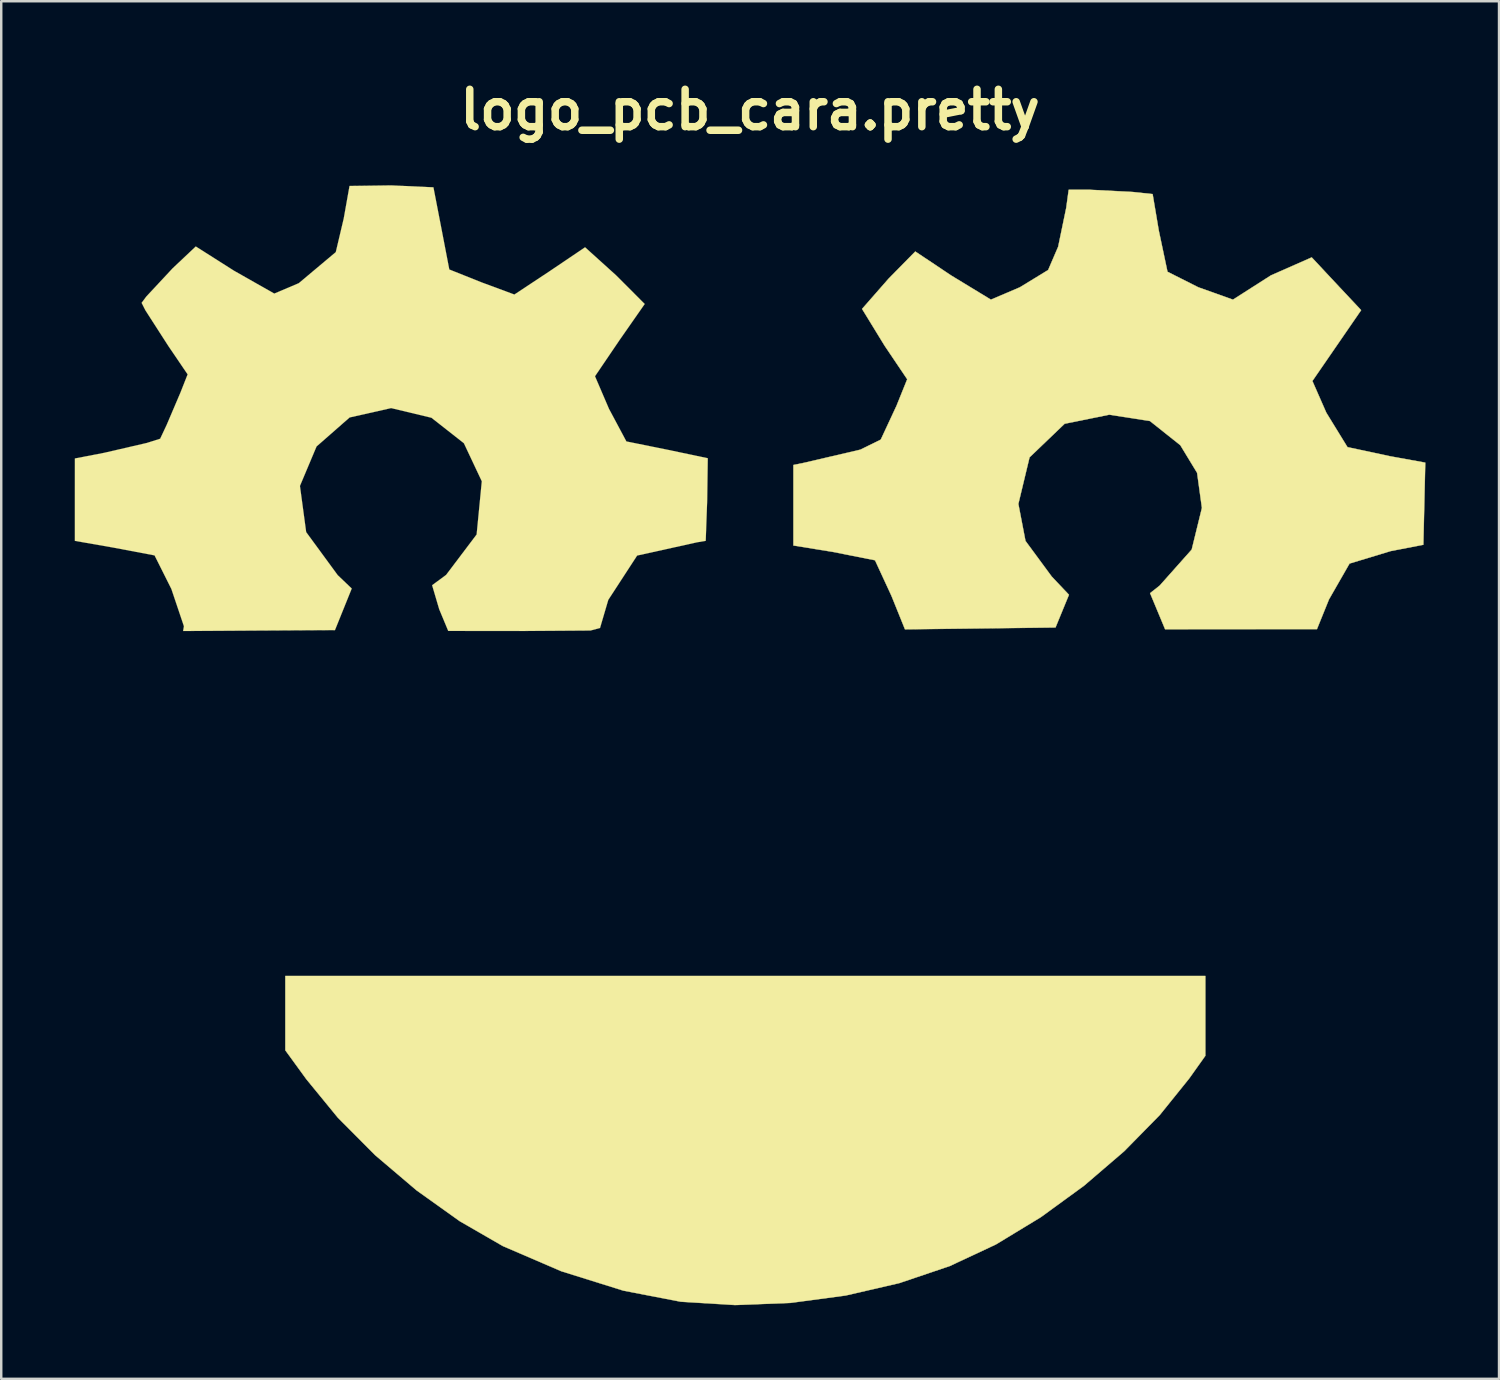
<source format=kicad_pcb>
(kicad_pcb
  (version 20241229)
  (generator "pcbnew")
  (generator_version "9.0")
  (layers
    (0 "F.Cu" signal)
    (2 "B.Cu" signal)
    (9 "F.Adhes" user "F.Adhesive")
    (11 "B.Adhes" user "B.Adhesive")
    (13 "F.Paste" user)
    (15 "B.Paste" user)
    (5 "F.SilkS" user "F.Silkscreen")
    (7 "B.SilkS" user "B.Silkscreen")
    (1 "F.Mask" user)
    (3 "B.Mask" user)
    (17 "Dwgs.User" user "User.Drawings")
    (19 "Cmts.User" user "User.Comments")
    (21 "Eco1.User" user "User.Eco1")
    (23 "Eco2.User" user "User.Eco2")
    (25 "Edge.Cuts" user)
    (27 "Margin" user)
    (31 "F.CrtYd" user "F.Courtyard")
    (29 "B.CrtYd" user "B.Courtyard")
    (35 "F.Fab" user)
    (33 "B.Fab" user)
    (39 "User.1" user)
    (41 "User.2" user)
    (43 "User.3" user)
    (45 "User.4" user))
  (footprint "logo_pcb_cara.pretty"
    (layer "F.Cu")
    (at 27.535 27.503)
    (property "Reference" "logo_pcb_cara.pretty" (at 0 -26.077 0) (layer "F.SilkS") (effects (font (size 1.524 1.524) (thickness 0.305))))
    (attr smd)
    (fp_poly (pts (xy -2.828 22.525) (xy -5.168 22.073) (xy -7.698 21.282) (xy -10.081 20.256) (xy -11.838 19.242) (xy -13.6 17.984) (xy -15.285 16.552) (xy -16.811 15.018) (xy -18.093 13.452) (xy -18.951 12.272) (xy -18.951 10.757) (xy -18.951 9.242) (xy -0.193 9.242) (xy 18.564 9.242) (xy 18.564 10.869) (xy 18.564 12.496) (xy 17.904 13.424) (xy 16.704 14.914) (xy 15.255 16.389) (xy 13.618 17.794) (xy 11.855 19.078) (xy 10.025 20.189) (xy 8.144 21.07) (xy 6.082 21.767) (xy 3.897 22.272) (xy 1.645 22.574) (xy -0.616 22.661) (xy -2.828 22.525)) (stroke (width 0.014) (type solid)) (fill yes) (layer "F.SilkS"))
    (fp_poly (pts (xy 5.764 -6.259) (xy 5.094 -7.708) (xy 3.371 -8.05) (xy 1.766 -8.31) (xy 1.766 -9.952) (xy 1.766 -11.593) (xy 2.221 -11.686) (xy 4.497 -12.218) (xy 5.329 -12.628) (xy 5.969 -14.003) (xy 6.407 -15.089) (xy 5.486 -16.456) (xy 4.566 -17.957) (xy 5.651 -19.195) (xy 6.736 -20.298) (xy 8.205 -19.317) (xy 9.819 -18.335) (xy 11.001 -18.839) (xy 12.154 -19.544) (xy 12.562 -20.493) (xy 12.891 -22.079) (xy 12.991 -22.814) (xy 13.867 -22.814) (xy 15.579 -22.727) (xy 16.414 -22.639) (xy 16.665 -21.152) (xy 17.02 -19.472) (xy 18.275 -18.84) (xy 19.689 -18.335) (xy 21.237 -19.324) (xy 22.901 -20.058) (xy 24.025 -18.855) (xy 24.916 -17.906) (xy 23.922 -16.462) (xy 22.928 -15.018) (xy 23.496 -13.725) (xy 24.359 -12.321) (xy 26.092 -11.95) (xy 27.531 -11.689) (xy 27.492 -10.015) (xy 27.453 -8.34) (xy 26.123 -8.083) (xy 24.443 -7.574) (xy 23.604 -6.111) (xy 23.114 -4.9) (xy 20.018 -4.898) (xy 16.922 -4.897) (xy 16.616 -5.631) (xy 16.31 -6.366) (xy 16.702 -6.676) (xy 18.007 -8.143) (xy 18.424 -9.842) (xy 18.227 -11.274) (xy 17.543 -12.4) (xy 16.303 -13.386) (xy 14.645 -13.644) (xy 12.825 -13.274) (xy 11.395 -11.904) (xy 10.939 -10.006) (xy 11.23 -8.496) (xy 12.299 -7.044) (xy 13.002 -6.301) (xy 12.728 -5.634) (xy 12.454 -4.967) (xy 9.385 -4.929) (xy 6.316 -4.892) (xy 5.764 -6.259) (xy 5.764 -6.259)) (stroke (width 0.014) (type solid)) (fill yes) (layer "F.SilkS"))
    (fp_poly (pts (xy -23.085 -5.017) (xy -23.597 -6.538) (xy -24.283 -7.907) (xy -25.974 -8.227) (xy -27.531 -8.499) (xy -27.531 -10.179) (xy -27.53 -11.859) (xy -26.336 -12.089) (xy -24.598 -12.491) (xy -24.054 -12.663) (xy -23.787 -13.232) (xy -23.227 -14.545) (xy -22.934 -15.288) (xy -23.719 -16.443) (xy -24.657 -17.901) (xy -24.81 -18.204) (xy -24.619 -18.461) (xy -23.543 -19.616) (xy -22.602 -20.503) (xy -21.047 -19.516) (xy -19.401 -18.582) (xy -18.402 -19.006) (xy -16.893 -20.273) (xy -16.569 -21.644) (xy -16.333 -22.97) (xy -14.637 -22.994) (xy -12.912 -22.915) (xy -12.587 -21.237) (xy -12.265 -19.565) (xy -10.943 -19.037) (xy -9.611 -18.543) (xy -8.181 -19.489) (xy -6.729 -20.47) (xy -5.468 -19.331) (xy -4.297 -18.158) (xy -5.31 -16.706) (xy -6.324 -15.211) (xy -5.754 -13.883) (xy -5.044 -12.553) (xy -3.333 -12.207) (xy -1.725 -11.868) (xy -1.749 -10.166) (xy -1.809 -8.5) (xy -2.159 -8.441) (xy -4.606 -7.9) (xy -5.782 -6.093) (xy -6.119 -4.947) (xy -6.508 -4.843) (xy -9.175 -4.825) (xy -12.308 -4.826) (xy -12.676 -5.71) (xy -12.965 -6.69) (xy -12.395 -7.111) (xy -11.15 -8.759) (xy -10.939 -10.929) (xy -11.67 -12.481) (xy -12.993 -13.519) (xy -14.636 -13.913) (xy -16.329 -13.531) (xy -17.678 -12.348) (xy -18.355 -10.739) (xy -18.101 -8.856) (xy -16.815 -7.101) (xy -16.243 -6.555) (xy -16.585 -5.707) (xy -16.927 -4.86) (xy -20.023 -4.842) (xy -23.118 -4.823) (xy -23.085 -5.017) (xy -23.085 -5.017)) (stroke (width 0.007) (type solid)) (fill yes) (layer "F.SilkS")))
  (gr_rect
    (start -3 -3)
    (end 58.073 53.172)
    (stroke (width 0.1) (type default))
    (fill no)
    (layer "Edge.Cuts")))
</source>
